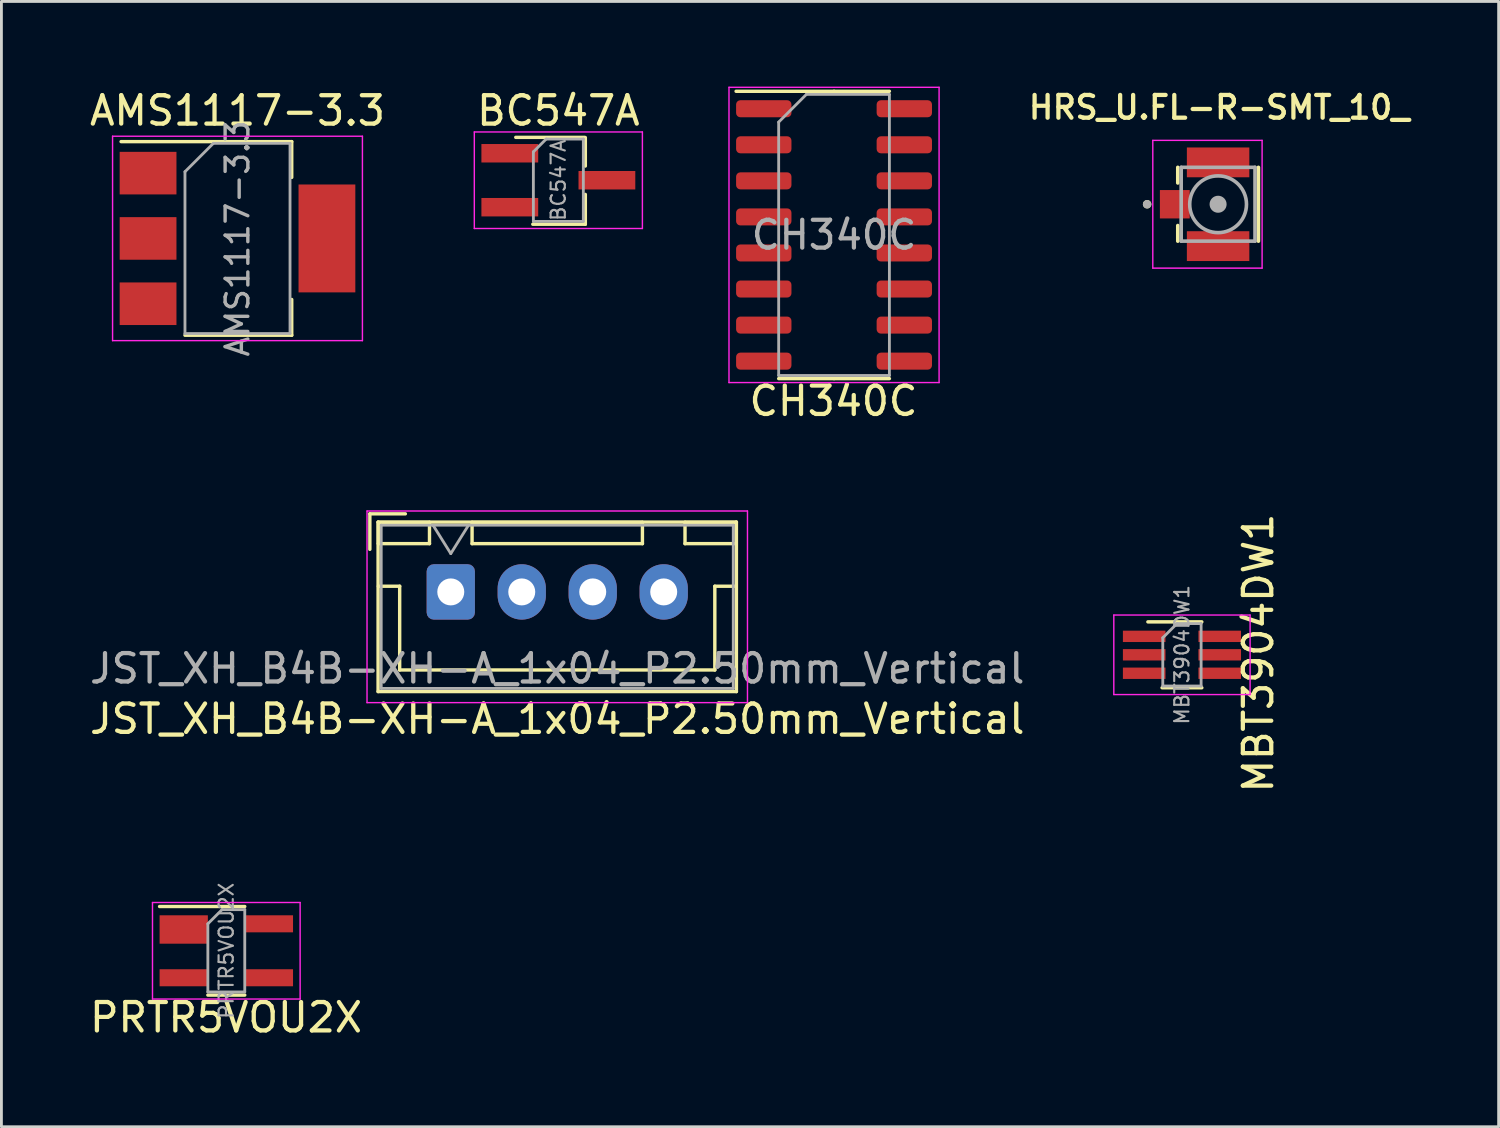
<source format=kicad_pcb>
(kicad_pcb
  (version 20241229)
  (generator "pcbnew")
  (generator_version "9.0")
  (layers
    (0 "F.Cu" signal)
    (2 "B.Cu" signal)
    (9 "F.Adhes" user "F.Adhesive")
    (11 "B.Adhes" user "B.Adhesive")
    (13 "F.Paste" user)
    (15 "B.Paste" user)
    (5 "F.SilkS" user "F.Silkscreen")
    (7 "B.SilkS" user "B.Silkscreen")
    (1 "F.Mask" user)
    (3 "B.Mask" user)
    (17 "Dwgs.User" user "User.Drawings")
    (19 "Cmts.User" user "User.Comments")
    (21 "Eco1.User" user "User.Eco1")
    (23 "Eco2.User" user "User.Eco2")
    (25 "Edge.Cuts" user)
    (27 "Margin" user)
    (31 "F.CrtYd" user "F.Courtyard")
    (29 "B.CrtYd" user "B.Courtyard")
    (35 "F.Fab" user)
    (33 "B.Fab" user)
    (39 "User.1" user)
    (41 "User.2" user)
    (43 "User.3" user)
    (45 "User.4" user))
  (footprint "AMS1117-3.3"
    (layer "F.Cu")
    (at 5.315 5.348)
    (property "Reference" "AMS1117-3.3" (at 0 -4.5 0) (layer "F.SilkS") (effects (font (size 1 1) (thickness 0.15))))
    (attr smd)
    (fp_line (start -4.1 -3.41) (end 1.91 -3.41) (stroke (width 0.12) (type solid)) (layer "F.SilkS"))
    (fp_line (start -1.85 3.41) (end 1.91 3.41) (stroke (width 0.12) (type solid)) (layer "F.SilkS"))
    (fp_line (start 1.91 -3.41) (end 1.91 -2.15) (stroke (width 0.12) (type solid)) (layer "F.SilkS"))
    (fp_line (start 1.91 3.41) (end 1.91 2.15) (stroke (width 0.12) (type solid)) (layer "F.SilkS"))
    (fp_line (start -4.4 -3.6) (end -4.4 3.6) (stroke (width 0.05) (type solid)) (layer "F.CrtYd"))
    (fp_line (start -4.4 3.6) (end 4.4 3.6) (stroke (width 0.05) (type solid)) (layer "F.CrtYd"))
    (fp_line (start 4.4 -3.6) (end -4.4 -3.6) (stroke (width 0.05) (type solid)) (layer "F.CrtYd"))
    (fp_line (start 4.4 3.6) (end 4.4 -3.6) (stroke (width 0.05) (type solid)) (layer "F.CrtYd"))
    (fp_line (start -1.85 -2.35) (end -1.85 3.35) (stroke (width 0.1) (type solid)) (layer "F.Fab"))
    (fp_line (start -1.85 -2.35) (end -0.85 -3.35) (stroke (width 0.1) (type solid)) (layer "F.Fab"))
    (fp_line (start -1.85 3.35) (end 1.85 3.35) (stroke (width 0.1) (type solid)) (layer "F.Fab"))
    (fp_line (start -0.85 -3.35) (end 1.85 -3.35) (stroke (width 0.1) (type solid)) (layer "F.Fab"))
    (fp_line (start 1.85 -3.35) (end 1.85 3.35) (stroke (width 0.1) (type solid)) (layer "F.Fab"))
    (fp_text user "${REFERENCE}" (at 0 0 270) (layer "F.Fab") (effects (font (size 0.8 0.8) (thickness 0.12))))
    (pad "1" smd rect (at -3.15 -2.3) (size 2 1.5) (layers "F.Cu" "F.Mask" "F.Paste"))
    (pad "2" smd rect (at -3.15 0) (size 2 1.5) (layers "F.Cu" "F.Mask" "F.Paste"))
    (pad "2" smd rect (at 3.15 0) (size 2 3.8) (layers "F.Cu" "F.Mask" "F.Paste"))
    (pad "3" smd rect (at -3.15 2.3) (size 2 1.5) (layers "F.Cu" "F.Mask" "F.Paste")))
  (footprint "JST_XH_B4B-XH-A_1x04_P2.50mm_Vertical"
    (layer "F.Cu")
    (at 12.827 17.798)
    (property "Reference" "JST_XH_B4B-XH-A_1x04_P2.50mm_Vertical" (at 3.75 4.475 180) (layer "F.SilkS") (effects (font (size 1 1) (thickness 0.15))))
    (attr through_hole)
    (fp_line (start -2.85 -2.75) (end -2.85 -1.5) (stroke (width 0.12) (type solid)) (layer "F.SilkS"))
    (fp_line (start -2.56 -2.46) (end -2.56 3.51) (stroke (width 0.12) (type solid)) (layer "F.SilkS"))
    (fp_line (start -2.56 3.51) (end 10.06 3.51) (stroke (width 0.12) (type solid)) (layer "F.SilkS"))
    (fp_line (start -2.55 -2.45) (end -2.55 -1.7) (stroke (width 0.12) (type solid)) (layer "F.SilkS"))
    (fp_line (start -2.55 -1.7) (end -0.75 -1.7) (stroke (width 0.12) (type solid)) (layer "F.SilkS"))
    (fp_line (start -2.55 -0.2) (end -1.8 -0.2) (stroke (width 0.12) (type solid)) (layer "F.SilkS"))
    (fp_line (start -1.8 -0.2) (end -1.8 2.75) (stroke (width 0.12) (type solid)) (layer "F.SilkS"))
    (fp_line (start -1.8 2.75) (end 3.75 2.75) (stroke (width 0.12) (type solid)) (layer "F.SilkS"))
    (fp_line (start -1.6 -2.75) (end -2.85 -2.75) (stroke (width 0.12) (type solid)) (layer "F.SilkS"))
    (fp_line (start -0.75 -2.45) (end -2.55 -2.45) (stroke (width 0.12) (type solid)) (layer "F.SilkS"))
    (fp_line (start -0.75 -1.7) (end -0.75 -2.45) (stroke (width 0.12) (type solid)) (layer "F.SilkS"))
    (fp_line (start 0.75 -2.45) (end 0.75 -1.7) (stroke (width 0.12) (type solid)) (layer "F.SilkS"))
    (fp_line (start 0.75 -1.7) (end 6.75 -1.7) (stroke (width 0.12) (type solid)) (layer "F.SilkS"))
    (fp_line (start 6.75 -2.45) (end 0.75 -2.45) (stroke (width 0.12) (type solid)) (layer "F.SilkS"))
    (fp_line (start 6.75 -1.7) (end 6.75 -2.45) (stroke (width 0.12) (type solid)) (layer "F.SilkS"))
    (fp_line (start 8.25 -2.45) (end 8.25 -1.7) (stroke (width 0.12) (type solid)) (layer "F.SilkS"))
    (fp_line (start 8.25 -1.7) (end 10.05 -1.7) (stroke (width 0.12) (type solid)) (layer "F.SilkS"))
    (fp_line (start 9.3 -0.2) (end 9.3 2.75) (stroke (width 0.12) (type solid)) (layer "F.SilkS"))
    (fp_line (start 9.3 2.75) (end 3.75 2.75) (stroke (width 0.12) (type solid)) (layer "F.SilkS"))
    (fp_line (start 10.05 -2.45) (end 8.25 -2.45) (stroke (width 0.12) (type solid)) (layer "F.SilkS"))
    (fp_line (start 10.05 -1.7) (end 10.05 -2.45) (stroke (width 0.12) (type solid)) (layer "F.SilkS"))
    (fp_line (start 10.05 -0.2) (end 9.3 -0.2) (stroke (width 0.12) (type solid)) (layer "F.SilkS"))
    (fp_line (start 10.06 -2.46) (end -2.56 -2.46) (stroke (width 0.12) (type solid)) (layer "F.SilkS"))
    (fp_line (start 10.06 3.51) (end 10.06 -2.46) (stroke (width 0.12) (type solid)) (layer "F.SilkS"))
    (fp_line (start -2.95 -2.85) (end -2.95 3.9) (stroke (width 0.05) (type solid)) (layer "F.CrtYd"))
    (fp_line (start -2.95 3.9) (end 10.45 3.9) (stroke (width 0.05) (type solid)) (layer "F.CrtYd"))
    (fp_line (start 10.45 -2.85) (end -2.95 -2.85) (stroke (width 0.05) (type solid)) (layer "F.CrtYd"))
    (fp_line (start 10.45 3.9) (end 10.45 -2.85) (stroke (width 0.05) (type solid)) (layer "F.CrtYd"))
    (fp_line (start -2.45 -2.35) (end -2.45 3.4) (stroke (width 0.1) (type solid)) (layer "F.Fab"))
    (fp_line (start -2.45 3.4) (end 9.95 3.4) (stroke (width 0.1) (type solid)) (layer "F.Fab"))
    (fp_line (start -0.625 -2.35) (end 0 -1.35) (stroke (width 0.1) (type solid)) (layer "F.Fab"))
    (fp_line (start 0 -1.35) (end 0.625 -2.35) (stroke (width 0.1) (type solid)) (layer "F.Fab"))
    (fp_line (start 9.95 -2.35) (end -2.45 -2.35) (stroke (width 0.1) (type solid)) (layer "F.Fab"))
    (fp_line (start 9.95 3.4) (end 9.95 -2.35) (stroke (width 0.1) (type solid)) (layer "F.Fab"))
    (fp_text user "${REFERENCE}" (at 3.75 2.7 180) (layer "F.Fab") (effects (font (size 1 1) (thickness 0.15))))
    (pad "1" thru_hole roundrect (at 0 0) (size 1.7 1.95) (drill 0.95) (layers "*.Cu" "*.Mask") (roundrect_rratio 0.147))
    (pad "2" thru_hole oval (at 2.5 0) (size 1.7 1.95) (drill 0.95) (layers "*.Cu" "*.Mask"))
    (pad "3" thru_hole oval (at 5 0) (size 1.7 1.95) (drill 0.95) (layers "*.Cu" "*.Mask"))
    (pad "4" thru_hole oval (at 7.5 0) (size 1.7 1.95) (drill 0.95) (layers "*.Cu" "*.Mask")))
  (footprint "MBT3904DW1"
    (layer "F.Cu")
    (at 38.58 20.013)
    (property "Reference" "MBT3904DW1" (at 2.69 -0.06 90) (layer "F.SilkS") (effects (font (size 1 1) (thickness 0.15))))
    (attr smd)
    (fp_line (start -1.2 -1.16) (end 0.7 -1.16) (stroke (width 0.12) (type solid)) (layer "F.SilkS"))
    (fp_line (start 0.7 1.16) (end -0.7 1.16) (stroke (width 0.12) (type solid)) (layer "F.SilkS"))
    (fp_line (start -2.4 1.4) (end -2.4 -1.4) (stroke (width 0.05) (type solid)) (layer "F.CrtYd"))
    (fp_line (start 2.4 -1.4) (end -2.4 -1.4) (stroke (width 0.05) (type solid)) (layer "F.CrtYd"))
    (fp_line (start 2.4 -1.4) (end 2.4 1.4) (stroke (width 0.05) (type solid)) (layer "F.CrtYd"))
    (fp_line (start 2.4 1.4) (end -2.4 1.4) (stroke (width 0.05) (type solid)) (layer "F.CrtYd"))
    (fp_line (start -0.675 -0.6) (end -0.175 -1.1) (stroke (width 0.1) (type solid)) (layer "F.Fab"))
    (fp_line (start -0.675 1.1) (end -0.675 -0.6) (stroke (width 0.1) (type solid)) (layer "F.Fab"))
    (fp_line (start -0.675 1.1) (end 0.675 1.1) (stroke (width 0.1) (type solid)) (layer "F.Fab"))
    (fp_line (start -0.175 -1.1) (end 0.675 -1.1) (stroke (width 0.1) (type solid)) (layer "F.Fab"))
    (fp_line (start 0.675 1.1) (end 0.675 -1.1) (stroke (width 0.1) (type solid)) (layer "F.Fab"))
    (fp_text user "${REFERENCE}" (at 0 0 90) (layer "F.Fab") (effects (font (size 0.5 0.5) (thickness 0.075))))
    (pad "1" smd rect (at -1.33 -0.65) (size 1.5 0.4) (layers "F.Cu" "F.Mask" "F.Paste"))
    (pad "2" smd rect (at -1.33 0) (size 1.5 0.4) (layers "F.Cu" "F.Mask" "F.Paste"))
    (pad "3" smd rect (at -1.33 0.65) (size 1.5 0.4) (layers "F.Cu" "F.Mask" "F.Paste"))
    (pad "4" smd rect (at 1.33 0.65) (size 1.5 0.4) (layers "F.Cu" "F.Mask" "F.Paste"))
    (pad "5" smd rect (at 1.33 0) (size 1.5 0.4) (layers "F.Cu" "F.Mask" "F.Paste"))
    (pad "6" smd rect (at 1.33 -0.65) (size 1.5 0.4) (layers "F.Cu" "F.Mask" "F.Paste")))
  (footprint "PRTR5VOU2X"
    (layer "F.Cu")
    (at 4.921 30.438)
    (property "Reference" "PRTR5VOU2X" (at -0.01 2.35 180) (layer "F.SilkS") (effects (font (size 1 1) (thickness 0.15))))
    (attr smd)
    (fp_line (start -0.65 1.56) (end 0.65 1.56) (stroke (width 0.12) (type solid)) (layer "F.SilkS"))
    (fp_line (start 0.65 -1.56) (end -2.35 -1.56) (stroke (width 0.12) (type solid)) (layer "F.SilkS"))
    (fp_line (start -2.6 1.7) (end -2.6 -1.7) (stroke (width 0.05) (type solid)) (layer "F.CrtYd"))
    (fp_line (start -2.6 1.7) (end 2.6 1.7) (stroke (width 0.05) (type solid)) (layer "F.CrtYd"))
    (fp_line (start 2.6 -1.7) (end -2.6 -1.7) (stroke (width 0.05) (type solid)) (layer "F.CrtYd"))
    (fp_line (start 2.6 -1.7) (end 2.6 1.7) (stroke (width 0.05) (type solid)) (layer "F.CrtYd"))
    (fp_line (start -0.65 -0.95) (end -0.15 -1.45) (stroke (width 0.1) (type solid)) (layer "F.Fab"))
    (fp_line (start -0.65 1.45) (end -0.65 -0.95) (stroke (width 0.1) (type solid)) (layer "F.Fab"))
    (fp_line (start -0.15 -1.45) (end 0.65 -1.45) (stroke (width 0.1) (type solid)) (layer "F.Fab"))
    (fp_line (start 0.65 -1.45) (end 0.65 1.45) (stroke (width 0.1) (type solid)) (layer "F.Fab"))
    (fp_line (start 0.65 1.45) (end -0.65 1.45) (stroke (width 0.1) (type solid)) (layer "F.Fab"))
    (fp_text user "${REFERENCE}" (at 0 0 270) (layer "F.Fab") (effects (font (size 0.5 0.5) (thickness 0.075))))
    (pad "1" smd rect (at -1.5 -0.75) (size 1.7 1) (layers "F.Cu" "F.Mask" "F.Paste"))
    (pad "2" smd rect (at -1.5 0.95) (size 1.7 0.6) (layers "F.Cu" "F.Mask" "F.Paste"))
    (pad "3" smd rect (at 1.5 0.95) (size 1.7 0.6) (layers "F.Cu" "F.Mask" "F.Paste"))
    (pad "4" smd rect (at 1.5 -0.95) (size 1.7 0.6) (layers "F.Cu" "F.Mask" "F.Paste")))
  (footprint "BC547A"
    (layer "F.Cu")
    (at 16.616 3.298)
    (property "Reference" "BC547A" (at 0 -2.45 0) (layer "F.SilkS") (effects (font (size 1 1) (thickness 0.15))))
    (attr smd)
    (fp_line (start 0.93 -1.51) (end -1.5 -1.51) (stroke (width 0.12) (type solid)) (layer "F.SilkS"))
    (fp_line (start 0.95 -1.5) (end 0.95 -0.5) (stroke (width 0.12) (type solid)) (layer "F.SilkS"))
    (fp_line (start 0.95 0.5) (end 0.95 1.55) (stroke (width 0.12) (type solid)) (layer "F.SilkS"))
    (fp_line (start 0.95 1.55) (end -0.9 1.55) (stroke (width 0.12) (type solid)) (layer "F.SilkS"))
    (fp_line (start -2.96 -1.7) (end -2.96 1.7) (stroke (width 0.05) (type solid)) (layer "F.CrtYd"))
    (fp_line (start -2.96 -1.7) (end 2.96 -1.7) (stroke (width 0.05) (type solid)) (layer "F.CrtYd"))
    (fp_line (start 2.96 1.7) (end -2.96 1.7) (stroke (width 0.05) (type solid)) (layer "F.CrtYd"))
    (fp_line (start 2.96 1.7) (end 2.96 -1.7) (stroke (width 0.05) (type solid)) (layer "F.CrtYd"))
    (fp_line (start -0.88 -1) (end -0.88 1.45) (stroke (width 0.1) (type solid)) (layer "F.Fab"))
    (fp_line (start -0.88 -1) (end -0.43 -1.45) (stroke (width 0.1) (type solid)) (layer "F.Fab"))
    (fp_line (start 0.88 -1.45) (end -0.43 -1.45) (stroke (width 0.1) (type solid)) (layer "F.Fab"))
    (fp_line (start 0.88 -1.45) (end 0.88 1.45) (stroke (width 0.1) (type solid)) (layer "F.Fab"))
    (fp_line (start 0.88 1.45) (end -0.88 1.45) (stroke (width 0.1) (type solid)) (layer "F.Fab"))
    (fp_text user "${REFERENCE}" (at 0 0 90) (layer "F.Fab") (effects (font (size 0.5 0.5) (thickness 0.075))))
    (pad "1" smd rect (at -1.71 -0.95) (size 2 0.65) (layers "F.Cu" "F.Mask" "F.Paste"))
    (pad "2" smd rect (at -1.71 0.95) (size 2 0.65) (layers "F.Cu" "F.Mask" "F.Paste"))
    (pad "3" smd rect (at 1.71 0) (size 2 0.65) (layers "F.Cu" "F.Mask" "F.Paste")))
  (footprint "HRS_U.FL-R-SMT_10_"
    (layer "F.Cu")
    (at 39.853 4.144)
    (property "Reference" "HRS_U.FL-R-SMT_10_" (at 0.04 -3.412 0) (layer "F.SilkS") (effects (font (size 0.801 0.801) (thickness 0.15))))
    (attr smd)
    (fp_line (start -1.42 -1.3) (end -1.42 -0.75) (stroke (width 0.127) (type solid)) (layer "F.SilkS"))
    (fp_line (start -1.42 0.75) (end -1.42 1.3) (stroke (width 0.127) (type solid)) (layer "F.SilkS"))
    (fp_line (start 1.42 -1.3) (end 1.42 1.3) (stroke (width 0.127) (type solid)) (layer "F.SilkS"))
    (fp_circle (center -2.5 0) (end -2.425 0) (stroke (width 0.15) (type solid)) (fill no) (layer "F.SilkS"))
    (fp_line (start -2.3 -2.25) (end 1.55 -2.25) (stroke (width 0.05) (type solid)) (layer "F.CrtYd"))
    (fp_line (start -2.3 2.25) (end -2.3 -2.25) (stroke (width 0.05) (type solid)) (layer "F.CrtYd"))
    (fp_line (start 1.55 -2.25) (end 1.55 2.25) (stroke (width 0.05) (type solid)) (layer "F.CrtYd"))
    (fp_line (start 1.55 2.25) (end -2.3 2.25) (stroke (width 0.05) (type solid)) (layer "F.CrtYd"))
    (fp_line (start -1.3 -1.3) (end -1.3 1.3) (stroke (width 0.127) (type solid)) (layer "F.Fab"))
    (fp_line (start 1.3 -1.3) (end -1.3 -1.3) (stroke (width 0.127) (type solid)) (layer "F.Fab"))
    (fp_line (start 1.3 -1.3) (end 1.3 1.3) (stroke (width 0.127) (type solid)) (layer "F.Fab"))
    (fp_line (start 1.3 1.3) (end -1.3 1.3) (stroke (width 0.127) (type solid)) (layer "F.Fab"))
    (fp_circle (center -2.5 0) (end -2.425 0) (stroke (width 0.15) (type solid)) (fill no) (layer "F.Fab"))
    (fp_circle (center 0 0) (end 0.3 0) (stroke (width 0) (type solid)) (fill yes) (layer "F.Fab"))
    (fp_circle (center 0 0) (end 1 0) (stroke (width 0.127) (type solid)) (fill no) (layer "F.Fab"))
    (pad "1" smd rect (at -1.525 0) (size 1.05 1) (layers "F.Cu" "F.Mask" "F.Paste"))
    (pad "2" smd rect (at 0 -1.475 270) (size 1.05 2.2) (layers "F.Cu" "F.Mask" "F.Paste"))
    (pad "3" smd rect (at 0 1.475 270) (size 1.05 2.2) (layers "F.Cu" "F.Mask" "F.Paste"))
    (zone (net_name "") (layer "F.Cu") (hatch full 0.508) (connect_pads) (min_thickness 0.01) (filled_areas_thickness no) (keepout (tracks not_allowed) (vias not_allowed) (pads not_allowed) (copperpour not_allowed) (footprints allowed)) (placement (enabled no)) (fill) (polygon (pts (xy 38.853 3.194) (xy 41.153 3.194) (xy 41.153 5.094) (xy 38.853 5.094))))
    (zone (net_name "") (layers "F.Cu" "B.Cu") (hatch full 0.508) (connect_pads) (min_thickness 0.01) (filled_areas_thickness no) (keepout (tracks allowed) (vias not_allowed) (pads allowed) (copperpour allowed) (footprints allowed)) (placement (enabled no)) (fill) (polygon (pts (xy 38.853 3.194) (xy 41.153 3.194) (xy 41.153 5.094) (xy 38.853 5.094)))))
  (footprint "CH340C"
    (layer "F.Cu")
    (at 26.326 5.225)
    (property "Reference" "CH340C" (at -0.02 5.85 180) (layer "F.SilkS") (effects (font (size 1 1) (thickness 0.15))))
    (attr smd)
    (fp_line (start 0 -5.06) (end -3.45 -5.06) (stroke (width 0.12) (type solid)) (layer "F.SilkS"))
    (fp_line (start 0 -5.06) (end 1.95 -5.06) (stroke (width 0.12) (type solid)) (layer "F.SilkS"))
    (fp_line (start 0 5.06) (end -1.95 5.06) (stroke (width 0.12) (type solid)) (layer "F.SilkS"))
    (fp_line (start 0 5.06) (end 1.95 5.06) (stroke (width 0.12) (type solid)) (layer "F.SilkS"))
    (fp_line (start -3.7 -5.2) (end -3.7 5.2) (stroke (width 0.05) (type solid)) (layer "F.CrtYd"))
    (fp_line (start -3.7 5.2) (end 3.7 5.2) (stroke (width 0.05) (type solid)) (layer "F.CrtYd"))
    (fp_line (start 3.7 -5.2) (end -3.7 -5.2) (stroke (width 0.05) (type solid)) (layer "F.CrtYd"))
    (fp_line (start 3.7 5.2) (end 3.7 -5.2) (stroke (width 0.05) (type solid)) (layer "F.CrtYd"))
    (fp_line (start -1.95 -3.975) (end -0.975 -4.95) (stroke (width 0.1) (type solid)) (layer "F.Fab"))
    (fp_line (start -1.95 4.95) (end -1.95 -3.975) (stroke (width 0.1) (type solid)) (layer "F.Fab"))
    (fp_line (start -0.975 -4.95) (end 1.95 -4.95) (stroke (width 0.1) (type solid)) (layer "F.Fab"))
    (fp_line (start 1.95 -4.95) (end 1.95 4.95) (stroke (width 0.1) (type solid)) (layer "F.Fab"))
    (fp_line (start 1.95 4.95) (end -1.95 4.95) (stroke (width 0.1) (type solid)) (layer "F.Fab"))
    (fp_text user "${REFERENCE}" (at 0 0 180) (layer "F.Fab") (effects (font (size 0.98 0.98) (thickness 0.15))))
    (pad "1" smd roundrect (at -2.475 -4.445) (size 1.95 0.6) (layers "F.Cu" "F.Mask" "F.Paste") (roundrect_rratio 0.25))
    (pad "2" smd roundrect (at -2.475 -3.175) (size 1.95 0.6) (layers "F.Cu" "F.Mask" "F.Paste") (roundrect_rratio 0.25))
    (pad "3" smd roundrect (at -2.475 -1.905) (size 1.95 0.6) (layers "F.Cu" "F.Mask" "F.Paste") (roundrect_rratio 0.25))
    (pad "4" smd roundrect (at -2.475 -0.635) (size 1.95 0.6) (layers "F.Cu" "F.Mask" "F.Paste") (roundrect_rratio 0.25))
    (pad "5" smd roundrect (at -2.475 0.635) (size 1.95 0.6) (layers "F.Cu" "F.Mask" "F.Paste") (roundrect_rratio 0.25))
    (pad "6" smd roundrect (at -2.475 1.905) (size 1.95 0.6) (layers "F.Cu" "F.Mask" "F.Paste") (roundrect_rratio 0.25))
    (pad "7" smd roundrect (at -2.475 3.175) (size 1.95 0.6) (layers "F.Cu" "F.Mask" "F.Paste") (roundrect_rratio 0.25))
    (pad "8" smd roundrect (at -2.475 4.445) (size 1.95 0.6) (layers "F.Cu" "F.Mask" "F.Paste") (roundrect_rratio 0.25))
    (pad "9" smd roundrect (at 2.475 4.445) (size 1.95 0.6) (layers "F.Cu" "F.Mask" "F.Paste") (roundrect_rratio 0.25))
    (pad "10" smd roundrect (at 2.475 3.175) (size 1.95 0.6) (layers "F.Cu" "F.Mask" "F.Paste") (roundrect_rratio 0.25))
    (pad "11" smd roundrect (at 2.475 1.905) (size 1.95 0.6) (layers "F.Cu" "F.Mask" "F.Paste") (roundrect_rratio 0.25))
    (pad "12" smd roundrect (at 2.475 0.635) (size 1.95 0.6) (layers "F.Cu" "F.Mask" "F.Paste") (roundrect_rratio 0.25))
    (pad "13" smd roundrect (at 2.475 -0.635) (size 1.95 0.6) (layers "F.Cu" "F.Mask" "F.Paste") (roundrect_rratio 0.25))
    (pad "14" smd roundrect (at 2.475 -1.905) (size 1.95 0.6) (layers "F.Cu" "F.Mask" "F.Paste") (roundrect_rratio 0.25))
    (pad "15" smd roundrect (at 2.475 -3.175) (size 1.95 0.6) (layers "F.Cu" "F.Mask" "F.Paste") (roundrect_rratio 0.25))
    (pad "16" smd roundrect (at 2.475 -4.445) (size 1.95 0.6) (layers "F.Cu" "F.Mask" "F.Paste") (roundrect_rratio 0.25)))
  (gr_rect
    (start -3 -3)
    (end 49.734 36.636)
    (stroke (width 0.1) (type default))
    (fill no)
    (layer "Edge.Cuts")))
</source>
